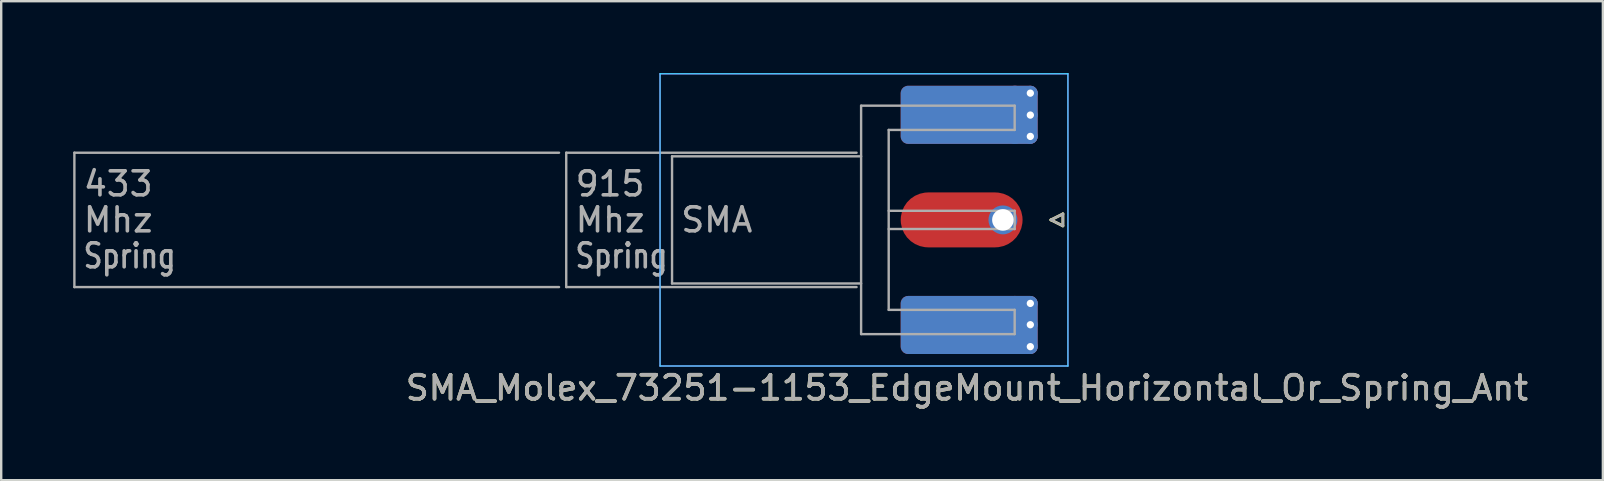
<source format=kicad_pcb>
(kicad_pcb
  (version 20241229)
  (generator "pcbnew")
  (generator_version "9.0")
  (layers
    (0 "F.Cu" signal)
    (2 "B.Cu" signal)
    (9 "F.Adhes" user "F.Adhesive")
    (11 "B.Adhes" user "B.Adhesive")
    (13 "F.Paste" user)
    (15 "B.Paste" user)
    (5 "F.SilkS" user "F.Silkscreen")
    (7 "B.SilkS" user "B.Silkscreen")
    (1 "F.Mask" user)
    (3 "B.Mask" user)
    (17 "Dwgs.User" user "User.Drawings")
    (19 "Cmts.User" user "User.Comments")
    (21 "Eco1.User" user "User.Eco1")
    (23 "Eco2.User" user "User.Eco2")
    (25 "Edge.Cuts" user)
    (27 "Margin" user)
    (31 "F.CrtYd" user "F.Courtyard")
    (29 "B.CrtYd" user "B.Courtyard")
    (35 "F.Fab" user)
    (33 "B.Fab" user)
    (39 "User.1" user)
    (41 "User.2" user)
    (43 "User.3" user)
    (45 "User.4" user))
  (footprint "SMA_Molex_73251-1153_EdgeMount_Horizontal_Or_Spring_Ant"
    (layer "F.Cu")
    (at 38.75 6.115)
    (property "Reference" "SMA_Molex_73251-1153_EdgeMount_Horizontal_Or_Spring_Ant" (at -1.5 7 0) (layer "F.SilkS") (effects (font (size 1 1) (thickness 0.15))))
    (attr smd)
    (fp_line (start 2 0) (end 2.5 -0.25) (stroke (width 0.12) (type solid)) (layer "F.SilkS"))
    (fp_line (start 2.5 -0.25) (end 2.5 0.25) (stroke (width 0.12) (type solid)) (layer "F.SilkS"))
    (fp_line (start 2.5 0.25) (end 2 0) (stroke (width 0.12) (type solid)) (layer "F.SilkS"))
    (fp_line (start -14.29 -6.09) (end -14.29 6.09) (stroke (width 0.05) (type solid)) (layer "B.CrtYd"))
    (fp_line (start -14.29 -6.09) (end 2.71 -6.09) (stroke (width 0.05) (type solid)) (layer "B.CrtYd"))
    (fp_line (start -14.29 6.09) (end 2.71 6.09) (stroke (width 0.05) (type solid)) (layer "B.CrtYd"))
    (fp_line (start 2.71 -6.09) (end 2.71 6.09) (stroke (width 0.05) (type solid)) (layer "B.CrtYd"))
    (fp_line (start -14.29 -6.09) (end -14.29 6.09) (stroke (width 0.05) (type solid)) (layer "F.CrtYd"))
    (fp_line (start -14.29 6.09) (end 2.71 6.09) (stroke (width 0.05) (type solid)) (layer "F.CrtYd"))
    (fp_line (start 2.71 -6.09) (end -14.29 -6.09) (stroke (width 0.05) (type solid)) (layer "F.CrtYd"))
    (fp_line (start 2.71 -6.09) (end 2.71 6.09) (stroke (width 0.05) (type solid)) (layer "F.CrtYd"))
    (fp_line (start -38.7 -2.8) (end -38.7 2.8) (stroke (width 0.1) (type default)) (layer "F.Fab"))
    (fp_line (start -38.7 2.8) (end -18.5 2.8) (stroke (width 0.1) (type default)) (layer "F.Fab"))
    (fp_line (start -18.5 -2.8) (end -38.7 -2.8) (stroke (width 0.1) (type default)) (layer "F.Fab"))
    (fp_line (start -18.2 -2.8) (end -18.2 2.8) (stroke (width 0.1) (type default)) (layer "F.Fab"))
    (fp_line (start -18.2 2.8) (end -6.1 2.8) (stroke (width 0.1) (type default)) (layer "F.Fab"))
    (fp_line (start -13.79 -2.65) (end -13.79 2.65) (stroke (width 0.1) (type solid)) (layer "F.Fab"))
    (fp_line (start -13.79 -2.65) (end -5.91 -2.65) (stroke (width 0.1) (type solid)) (layer "F.Fab"))
    (fp_line (start -13.79 2.65) (end -5.91 2.65) (stroke (width 0.1) (type solid)) (layer "F.Fab"))
    (fp_line (start -6.1 -2.8) (end -18.2 -2.8) (stroke (width 0.1) (type default)) (layer "F.Fab"))
    (fp_line (start -5.91 -4.76) (end -5.91 4.76) (stroke (width 0.1) (type solid)) (layer "F.Fab"))
    (fp_line (start -5.91 4.76) (end 0.49 4.76) (stroke (width 0.1) (type solid)) (layer "F.Fab"))
    (fp_line (start -4.76 -3.75) (end -4.76 3.75) (stroke (width 0.1) (type solid)) (layer "F.Fab"))
    (fp_line (start -4.76 -3.75) (end 0.49 -3.75) (stroke (width 0.1) (type solid)) (layer "F.Fab"))
    (fp_line (start -4.76 -0.38) (end 0.49 -0.38) (stroke (width 0.1) (type solid)) (layer "F.Fab"))
    (fp_line (start -4.76 0.38) (end 0.49 0.38) (stroke (width 0.1) (type solid)) (layer "F.Fab"))
    (fp_line (start -4.76 3.75) (end 0.49 3.75) (stroke (width 0.1) (type solid)) (layer "F.Fab"))
    (fp_line (start 0.49 -4.76) (end -5.91 -4.76) (stroke (width 0.1) (type solid)) (layer "F.Fab"))
    (fp_line (start 0.49 -4.76) (end 0.49 -3.75) (stroke (width 0.1) (type solid)) (layer "F.Fab"))
    (fp_line (start 0.49 -0.38) (end 0.49 0.38) (stroke (width 0.1) (type solid)) (layer "F.Fab"))
    (fp_line (start 0.49 3.75) (end 0.49 4.76) (stroke (width 0.1) (type solid)) (layer "F.Fab"))
    (fp_line (start 2 0) (end 2.5 0.25) (stroke (width 0.1) (type solid)) (layer "F.Fab"))
    (fp_line (start 2.5 -0.25) (end 2 0) (stroke (width 0.1) (type solid)) (layer "F.Fab"))
    (fp_line (start 2.5 0.25) (end 2.5 -0.25) (stroke (width 0.1) (type solid)) (layer "F.Fab"))
    (fp_text user "${REFERENCE}" (at -1.5 7 0) (layer "F.Fab") (effects (font (size 1 1) (thickness 0.15))))
    (fp_text user "Spring" (at -38.4 1.5 0) (unlocked yes) (layer "F.Fab") (effects (font (size 1 0.8) (thickness 0.15)) (justify left)))
    (fp_text user "915" (at -17.9 -1.5 0) (unlocked yes) (layer "F.Fab") (effects (font (size 1 1) (thickness 0.15)) (justify left)))
    (fp_text user "Mhz" (at -17.9 0 0) (unlocked yes) (layer "F.Fab") (effects (font (size 1 1) (thickness 0.15)) (justify left)))
    (fp_text user "Mhz" (at -38.4 0 0) (unlocked yes) (layer "F.Fab") (effects (font (size 1 1) (thickness 0.15)) (justify left)))
    (fp_text user "433" (at -38.4 -1.5 0) (unlocked yes) (layer "F.Fab") (effects (font (size 1 1) (thickness 0.15)) (justify left)))
    (fp_text user "Spring" (at -17.9 1.5 0) (unlocked yes) (layer "F.Fab") (effects (font (size 1 0.8) (thickness 0.15)) (justify left)))
    (fp_text user "SMA" (at -13.5 0 0) (unlocked yes) (layer "F.Fab") (effects (font (size 1 1) (thickness 0.15)) (justify left)))
    (pad "1" smd roundrect (at -1.72 0) (size 5.08 2.29) (layers "F.Cu" "F.Mask" "F.Paste") (roundrect_rratio 0.5))
    (pad "1" thru_hole circle (at 0 0) (size 1.205 1.205) (drill 0.9) (layers "*.Cu" "*.Mask"))
    (pad "2" smd roundrect (at -1.72 -4.38) (size 5.08 2.42) (layers "F.Cu" "F.Mask" "F.Paste") (roundrect_rratio 0.126))
    (pad "2" smd roundrect (at -1.72 -4.38) (size 5.08 2.42) (layers "B.Cu" "B.Mask" "B.Paste") (roundrect_rratio 0.126))
    (pad "2" smd roundrect (at -1.72 4.38) (size 5.08 2.42) (layers "F.Cu" "F.Mask" "F.Paste") (roundrect_rratio 0.126))
    (pad "2" smd roundrect (at -1.72 4.38) (size 5.08 2.42) (layers "B.Cu" "B.Mask" "B.Paste") (roundrect_rratio 0.126))
    (pad "2" smd roundrect (at 0.813 -4.38) (size 1.27 2.42) (layers "F.Cu") (roundrect_rratio 0.24))
    (pad "2" smd roundrect (at 0.813 -4.38) (size 1.27 2.42) (layers "B.Cu") (roundrect_rratio 0.24))
    (pad "2" smd roundrect (at 0.813 4.38) (size 1.27 2.42) (layers "F.Cu") (roundrect_rratio 0.24))
    (pad "2" smd roundrect (at 0.813 4.38) (size 1.27 2.42) (layers "B.Cu") (roundrect_rratio 0.24))
    (pad "2" thru_hole circle (at 1.143 -5.283) (size 0.61 0.61) (drill 0.305) (layers "*.Cu"))
    (pad "2" thru_hole circle (at 1.143 -4.369) (size 0.61 0.61) (drill 0.305) (layers "*.Cu"))
    (pad "2" thru_hole circle (at 1.143 -3.48) (size 0.61 0.61) (drill 0.305) (layers "*.Cu"))
    (pad "2" thru_hole circle (at 1.143 3.48) (size 0.61 0.61) (drill 0.305) (layers "*.Cu"))
    (pad "2" thru_hole circle (at 1.143 4.369) (size 0.61 0.61) (drill 0.305) (layers "*.Cu"))
    (pad "2" thru_hole circle (at 1.143 5.283) (size 0.61 0.61) (drill 0.305) (layers "*.Cu")))
  (gr_rect
    (start -3 -3)
    (end 63.756 16.963)
    (stroke (width 0.1) (type default))
    (fill no)
    (layer "Edge.Cuts")))
</source>
